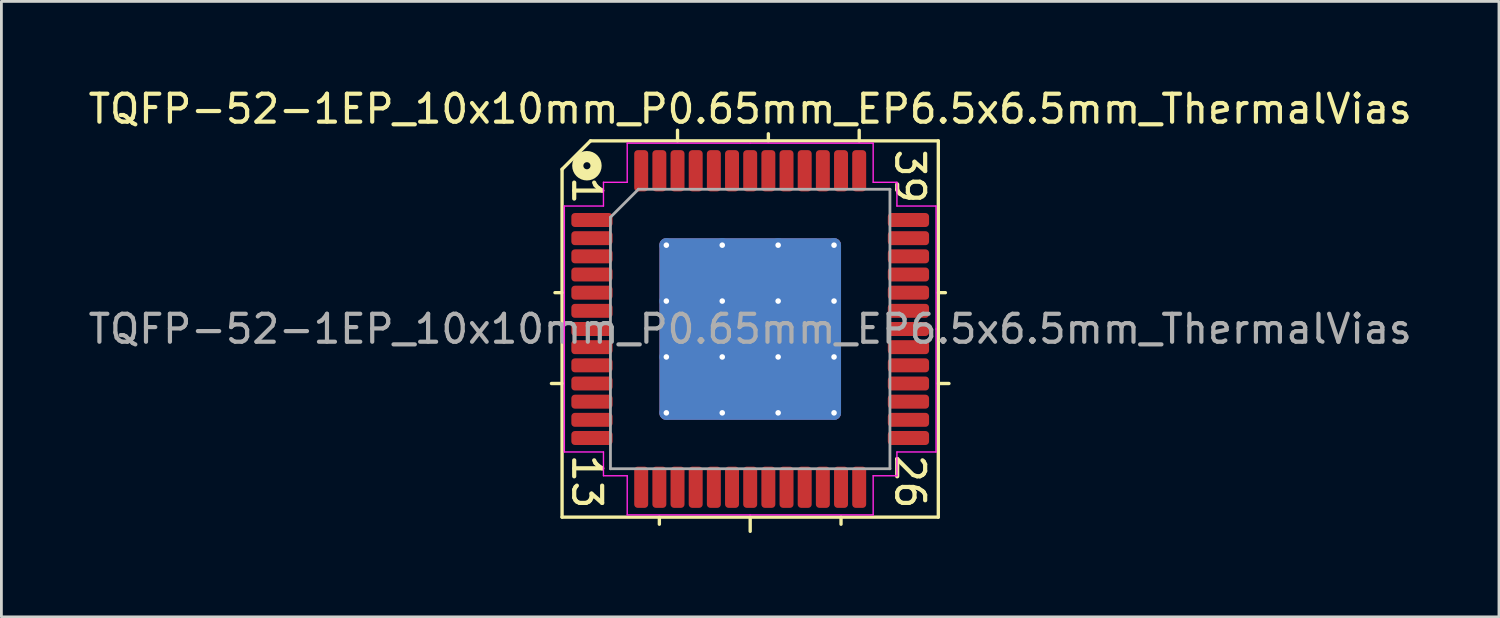
<source format=kicad_pcb>
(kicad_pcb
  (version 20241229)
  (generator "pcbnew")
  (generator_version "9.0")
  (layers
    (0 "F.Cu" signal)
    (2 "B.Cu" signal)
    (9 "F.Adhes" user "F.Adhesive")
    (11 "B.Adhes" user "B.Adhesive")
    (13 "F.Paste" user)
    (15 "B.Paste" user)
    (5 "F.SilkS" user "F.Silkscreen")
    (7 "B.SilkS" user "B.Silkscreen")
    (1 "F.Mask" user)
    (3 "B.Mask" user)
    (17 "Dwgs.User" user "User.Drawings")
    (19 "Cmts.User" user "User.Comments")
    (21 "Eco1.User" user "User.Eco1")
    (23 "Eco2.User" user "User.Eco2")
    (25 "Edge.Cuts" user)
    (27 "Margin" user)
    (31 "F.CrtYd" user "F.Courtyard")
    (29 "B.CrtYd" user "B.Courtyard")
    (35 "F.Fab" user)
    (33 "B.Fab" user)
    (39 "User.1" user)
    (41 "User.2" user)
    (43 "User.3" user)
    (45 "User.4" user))
  (footprint "TQFP-52-1EP_10x10mm_P0.65mm_EP6.5x6.5mm_ThermalVias"
    (layer "F.Cu")
    (at 23.792 8.722)
    (property "Reference" "TQFP-52-1EP_10x10mm_P0.65mm_EP6.5x6.5mm_ThermalVias" (at 0 -7.874 0) (layer "F.SilkS") (effects (font (size 1 1) (thickness 0.15))))
    (attr smd)
    (fp_line (start -6.731 -5.715) (end -6.731 6.731) (stroke (width 0.12) (type solid)) (layer "F.SilkS"))
    (fp_line (start -6.731 -1.3) (end -6.985 -1.3) (stroke (width 0.12) (type solid)) (layer "F.SilkS"))
    (fp_line (start -6.731 1.95) (end -7.112 1.95) (stroke (width 0.12) (type solid)) (layer "F.SilkS"))
    (fp_line (start -6.731 6.731) (end 6.731 6.731) (stroke (width 0.12) (type solid)) (layer "F.SilkS"))
    (fp_line (start -5.715 -6.731) (end -6.731 -5.715) (stroke (width 0.12) (type solid)) (layer "F.SilkS"))
    (fp_line (start -3.25 6.731) (end -3.25 6.985) (stroke (width 0.12) (type solid)) (layer "F.SilkS"))
    (fp_line (start -2.6 -6.731) (end -2.6 -7.112) (stroke (width 0.12) (type solid)) (layer "F.SilkS"))
    (fp_line (start 0 6.731) (end 0 7.239) (stroke (width 0.12) (type solid)) (layer "F.SilkS"))
    (fp_line (start 0.65 -6.731) (end 0.65 -6.985) (stroke (width 0.12) (type solid)) (layer "F.SilkS"))
    (fp_line (start 3.25 6.731) (end 3.25 6.985) (stroke (width 0.12) (type solid)) (layer "F.SilkS"))
    (fp_line (start 3.9 -6.731) (end 3.9 -7.112) (stroke (width 0.12) (type solid)) (layer "F.SilkS"))
    (fp_line (start 6.731 -6.731) (end -5.715 -6.731) (stroke (width 0.12) (type solid)) (layer "F.SilkS"))
    (fp_line (start 6.731 -1.3) (end 6.985 -1.3) (stroke (width 0.12) (type solid)) (layer "F.SilkS"))
    (fp_line (start 6.731 1.95) (end 7.112 1.95) (stroke (width 0.12) (type solid)) (layer "F.SilkS"))
    (fp_line (start 6.731 6.731) (end 6.731 -6.731) (stroke (width 0.12) (type solid)) (layer "F.SilkS"))
    (fp_circle (center -5.842 -5.842) (end -5.715 -5.842) (stroke (width 0.4) (type solid)) (fill no) (layer "F.SilkS"))
    (fp_line (start -6.65 -4.4) (end -6.65 0) (stroke (width 0.05) (type solid)) (layer "F.CrtYd"))
    (fp_line (start -6.65 4.4) (end -6.65 0) (stroke (width 0.05) (type solid)) (layer "F.CrtYd"))
    (fp_line (start -5.25 -5.25) (end -5.25 -4.4) (stroke (width 0.05) (type solid)) (layer "F.CrtYd"))
    (fp_line (start -5.25 -4.4) (end -6.65 -4.4) (stroke (width 0.05) (type solid)) (layer "F.CrtYd"))
    (fp_line (start -5.25 4.4) (end -6.65 4.4) (stroke (width 0.05) (type solid)) (layer "F.CrtYd"))
    (fp_line (start -5.25 5.25) (end -5.25 4.4) (stroke (width 0.05) (type solid)) (layer "F.CrtYd"))
    (fp_line (start -4.4 -6.65) (end -4.4 -5.25) (stroke (width 0.05) (type solid)) (layer "F.CrtYd"))
    (fp_line (start -4.4 -5.25) (end -5.25 -5.25) (stroke (width 0.05) (type solid)) (layer "F.CrtYd"))
    (fp_line (start -4.4 5.25) (end -5.25 5.25) (stroke (width 0.05) (type solid)) (layer "F.CrtYd"))
    (fp_line (start -4.4 6.65) (end -4.4 5.25) (stroke (width 0.05) (type solid)) (layer "F.CrtYd"))
    (fp_line (start 0 -6.65) (end -4.4 -6.65) (stroke (width 0.05) (type solid)) (layer "F.CrtYd"))
    (fp_line (start 0 -6.65) (end 4.4 -6.65) (stroke (width 0.05) (type solid)) (layer "F.CrtYd"))
    (fp_line (start 0 6.65) (end -4.4 6.65) (stroke (width 0.05) (type solid)) (layer "F.CrtYd"))
    (fp_line (start 0 6.65) (end 4.4 6.65) (stroke (width 0.05) (type solid)) (layer "F.CrtYd"))
    (fp_line (start 4.4 -6.65) (end 4.4 -5.25) (stroke (width 0.05) (type solid)) (layer "F.CrtYd"))
    (fp_line (start 4.4 -5.25) (end 5.25 -5.25) (stroke (width 0.05) (type solid)) (layer "F.CrtYd"))
    (fp_line (start 4.4 5.25) (end 5.25 5.25) (stroke (width 0.05) (type solid)) (layer "F.CrtYd"))
    (fp_line (start 4.4 6.65) (end 4.4 5.25) (stroke (width 0.05) (type solid)) (layer "F.CrtYd"))
    (fp_line (start 5.25 -5.25) (end 5.25 -4.4) (stroke (width 0.05) (type solid)) (layer "F.CrtYd"))
    (fp_line (start 5.25 -4.4) (end 6.65 -4.4) (stroke (width 0.05) (type solid)) (layer "F.CrtYd"))
    (fp_line (start 5.25 4.4) (end 6.65 4.4) (stroke (width 0.05) (type solid)) (layer "F.CrtYd"))
    (fp_line (start 5.25 5.25) (end 5.25 4.4) (stroke (width 0.05) (type solid)) (layer "F.CrtYd"))
    (fp_line (start 6.65 -4.4) (end 6.65 0) (stroke (width 0.05) (type solid)) (layer "F.CrtYd"))
    (fp_line (start 6.65 4.4) (end 6.65 0) (stroke (width 0.05) (type solid)) (layer "F.CrtYd"))
    (fp_line (start -5 -4) (end -4 -5) (stroke (width 0.1) (type solid)) (layer "F.Fab"))
    (fp_line (start -5 5) (end -5 -4) (stroke (width 0.1) (type solid)) (layer "F.Fab"))
    (fp_line (start -4 -5) (end 5 -5) (stroke (width 0.1) (type solid)) (layer "F.Fab"))
    (fp_line (start 5 -5) (end 5 5) (stroke (width 0.1) (type solid)) (layer "F.Fab"))
    (fp_line (start 5 5) (end -5 5) (stroke (width 0.1) (type solid)) (layer "F.Fab"))
    (fp_text user "26" (at 5.715 5.461 270) (unlocked yes) (layer "F.SilkS") (effects (font (size 1 1) (thickness 0.15))))
    (fp_text user "13" (at -5.842 5.461 270) (unlocked yes) (layer "F.SilkS") (effects (font (size 1 1) (thickness 0.15))))
    (fp_text user "1" (at -5.842 -4.953 270) (unlocked yes) (layer "F.SilkS") (effects (font (size 1 1) (thickness 0.15))))
    (fp_text user "39" (at 5.715 -5.461 270) (unlocked yes) (layer "F.SilkS") (effects (font (size 1 1) (thickness 0.15))))
    (fp_text user "${REFERENCE}" (at 0 0 0) (layer "F.Fab") (effects (font (size 1 1) (thickness 0.15))))
    (pad "" smd roundrect (at -2 -2) (size 1.747 1.747) (layers "F.Paste") (roundrect_rratio 0.143))
    (pad "" smd roundrect (at -2 0) (size 1.747 1.747) (layers "F.Paste") (roundrect_rratio 0.143))
    (pad "" smd roundrect (at -2 2) (size 1.747 1.747) (layers "F.Paste") (roundrect_rratio 0.143))
    (pad "" smd roundrect (at 0 -2) (size 1.747 1.747) (layers "F.Paste") (roundrect_rratio 0.143))
    (pad "" smd roundrect (at 0 0) (size 1.747 1.747) (layers "F.Paste") (roundrect_rratio 0.143))
    (pad "" smd roundrect (at 0 2) (size 1.747 1.747) (layers "F.Paste") (roundrect_rratio 0.143))
    (pad "" smd roundrect (at 2 -2) (size 1.747 1.747) (layers "F.Paste") (roundrect_rratio 0.143))
    (pad "" smd roundrect (at 2 0) (size 1.747 1.747) (layers "F.Paste") (roundrect_rratio 0.143))
    (pad "" smd roundrect (at 2 2) (size 1.747 1.747) (layers "F.Paste") (roundrect_rratio 0.143))
    (pad "1" smd roundrect (at -5.662 -3.9) (size 1.475 0.5) (layers "F.Cu" "F.Mask" "F.Paste") (roundrect_rratio 0.25))
    (pad "2" smd roundrect (at -5.662 -3.25) (size 1.475 0.5) (layers "F.Cu" "F.Mask" "F.Paste") (roundrect_rratio 0.25))
    (pad "3" smd roundrect (at -5.662 -2.6) (size 1.475 0.5) (layers "F.Cu" "F.Mask" "F.Paste") (roundrect_rratio 0.25))
    (pad "4" smd roundrect (at -5.662 -1.95) (size 1.475 0.5) (layers "F.Cu" "F.Mask" "F.Paste") (roundrect_rratio 0.25))
    (pad "5" smd roundrect (at -5.662 -1.3) (size 1.475 0.5) (layers "F.Cu" "F.Mask" "F.Paste") (roundrect_rratio 0.25))
    (pad "6" smd roundrect (at -5.662 -0.65) (size 1.475 0.5) (layers "F.Cu" "F.Mask" "F.Paste") (roundrect_rratio 0.25))
    (pad "7" smd roundrect (at -5.662 0) (size 1.475 0.5) (layers "F.Cu" "F.Mask" "F.Paste") (roundrect_rratio 0.25))
    (pad "8" smd roundrect (at -5.662 0.65) (size 1.475 0.5) (layers "F.Cu" "F.Mask" "F.Paste") (roundrect_rratio 0.25))
    (pad "9" smd roundrect (at -5.662 1.3) (size 1.475 0.5) (layers "F.Cu" "F.Mask" "F.Paste") (roundrect_rratio 0.25))
    (pad "10" smd roundrect (at -5.662 1.95) (size 1.475 0.5) (layers "F.Cu" "F.Mask" "F.Paste") (roundrect_rratio 0.25))
    (pad "11" smd roundrect (at -5.662 2.6) (size 1.475 0.5) (layers "F.Cu" "F.Mask" "F.Paste") (roundrect_rratio 0.25))
    (pad "12" smd roundrect (at -5.662 3.25) (size 1.475 0.5) (layers "F.Cu" "F.Mask" "F.Paste") (roundrect_rratio 0.25))
    (pad "13" smd roundrect (at -5.662 3.9) (size 1.475 0.5) (layers "F.Cu" "F.Mask" "F.Paste") (roundrect_rratio 0.25))
    (pad "14" smd roundrect (at -3.9 5.662) (size 0.5 1.475) (layers "F.Cu" "F.Mask" "F.Paste") (roundrect_rratio 0.25))
    (pad "15" smd roundrect (at -3.25 5.662) (size 0.5 1.475) (layers "F.Cu" "F.Mask" "F.Paste") (roundrect_rratio 0.25))
    (pad "16" smd roundrect (at -2.6 5.662) (size 0.5 1.475) (layers "F.Cu" "F.Mask" "F.Paste") (roundrect_rratio 0.25))
    (pad "17" smd roundrect (at -1.95 5.662) (size 0.5 1.475) (layers "F.Cu" "F.Mask" "F.Paste") (roundrect_rratio 0.25))
    (pad "18" smd roundrect (at -1.3 5.662) (size 0.5 1.475) (layers "F.Cu" "F.Mask" "F.Paste") (roundrect_rratio 0.25))
    (pad "19" smd roundrect (at -0.65 5.662) (size 0.5 1.475) (layers "F.Cu" "F.Mask" "F.Paste") (roundrect_rratio 0.25))
    (pad "20" smd roundrect (at 0 5.662) (size 0.5 1.475) (layers "F.Cu" "F.Mask" "F.Paste") (roundrect_rratio 0.25))
    (pad "21" smd roundrect (at 0.65 5.662) (size 0.5 1.475) (layers "F.Cu" "F.Mask" "F.Paste") (roundrect_rratio 0.25))
    (pad "22" smd roundrect (at 1.3 5.662) (size 0.5 1.475) (layers "F.Cu" "F.Mask" "F.Paste") (roundrect_rratio 0.25))
    (pad "23" smd roundrect (at 1.95 5.662) (size 0.5 1.475) (layers "F.Cu" "F.Mask" "F.Paste") (roundrect_rratio 0.25))
    (pad "24" smd roundrect (at 2.6 5.662) (size 0.5 1.475) (layers "F.Cu" "F.Mask" "F.Paste") (roundrect_rratio 0.25))
    (pad "25" smd roundrect (at 3.25 5.662) (size 0.5 1.475) (layers "F.Cu" "F.Mask" "F.Paste") (roundrect_rratio 0.25))
    (pad "26" smd roundrect (at 3.9 5.662) (size 0.5 1.475) (layers "F.Cu" "F.Mask" "F.Paste") (roundrect_rratio 0.25))
    (pad "27" smd roundrect (at 5.662 3.9) (size 1.475 0.5) (layers "F.Cu" "F.Mask" "F.Paste") (roundrect_rratio 0.25))
    (pad "28" smd roundrect (at 5.662 3.25) (size 1.475 0.5) (layers "F.Cu" "F.Mask" "F.Paste") (roundrect_rratio 0.25))
    (pad "29" smd roundrect (at 5.662 2.6) (size 1.475 0.5) (layers "F.Cu" "F.Mask" "F.Paste") (roundrect_rratio 0.25))
    (pad "30" smd roundrect (at 5.662 1.95) (size 1.475 0.5) (layers "F.Cu" "F.Mask" "F.Paste") (roundrect_rratio 0.25))
    (pad "31" smd roundrect (at 5.662 1.3) (size 1.475 0.5) (layers "F.Cu" "F.Mask" "F.Paste") (roundrect_rratio 0.25))
    (pad "32" smd roundrect (at 5.662 0.65) (size 1.475 0.5) (layers "F.Cu" "F.Mask" "F.Paste") (roundrect_rratio 0.25))
    (pad "33" smd roundrect (at 5.662 0) (size 1.475 0.5) (layers "F.Cu" "F.Mask" "F.Paste") (roundrect_rratio 0.25))
    (pad "34" smd roundrect (at 5.662 -0.65) (size 1.475 0.5) (layers "F.Cu" "F.Mask" "F.Paste") (roundrect_rratio 0.25))
    (pad "35" smd roundrect (at 5.662 -1.3) (size 1.475 0.5) (layers "F.Cu" "F.Mask" "F.Paste") (roundrect_rratio 0.25))
    (pad "36" smd roundrect (at 5.662 -1.95) (size 1.475 0.5) (layers "F.Cu" "F.Mask" "F.Paste") (roundrect_rratio 0.25))
    (pad "37" smd roundrect (at 5.662 -2.6) (size 1.475 0.5) (layers "F.Cu" "F.Mask" "F.Paste") (roundrect_rratio 0.25))
    (pad "38" smd roundrect (at 5.662 -3.25) (size 1.475 0.5) (layers "F.Cu" "F.Mask" "F.Paste") (roundrect_rratio 0.25))
    (pad "39" smd roundrect (at 5.662 -3.9) (size 1.475 0.5) (layers "F.Cu" "F.Mask" "F.Paste") (roundrect_rratio 0.25))
    (pad "40" smd roundrect (at 3.9 -5.662) (size 0.5 1.475) (layers "F.Cu" "F.Mask" "F.Paste") (roundrect_rratio 0.25))
    (pad "41" smd roundrect (at 3.25 -5.662) (size 0.5 1.475) (layers "F.Cu" "F.Mask" "F.Paste") (roundrect_rratio 0.25))
    (pad "42" smd roundrect (at 2.6 -5.662) (size 0.5 1.475) (layers "F.Cu" "F.Mask" "F.Paste") (roundrect_rratio 0.25))
    (pad "43" smd roundrect (at 1.95 -5.662) (size 0.5 1.475) (layers "F.Cu" "F.Mask" "F.Paste") (roundrect_rratio 0.25))
    (pad "44" smd roundrect (at 1.3 -5.662) (size 0.5 1.475) (layers "F.Cu" "F.Mask" "F.Paste") (roundrect_rratio 0.25))
    (pad "45" smd roundrect (at 0.65 -5.662) (size 0.5 1.475) (layers "F.Cu" "F.Mask" "F.Paste") (roundrect_rratio 0.25))
    (pad "46" smd roundrect (at 0 -5.662) (size 0.5 1.475) (layers "F.Cu" "F.Mask" "F.Paste") (roundrect_rratio 0.25))
    (pad "47" smd roundrect (at -0.65 -5.662) (size 0.5 1.475) (layers "F.Cu" "F.Mask" "F.Paste") (roundrect_rratio 0.25))
    (pad "48" smd roundrect (at -1.3 -5.662) (size 0.5 1.475) (layers "F.Cu" "F.Mask" "F.Paste") (roundrect_rratio 0.25))
    (pad "49" smd roundrect (at -1.95 -5.662) (size 0.5 1.475) (layers "F.Cu" "F.Mask" "F.Paste") (roundrect_rratio 0.25))
    (pad "50" smd roundrect (at -2.6 -5.662) (size 0.5 1.475) (layers "F.Cu" "F.Mask" "F.Paste") (roundrect_rratio 0.25))
    (pad "51" smd roundrect (at -3.25 -5.662) (size 0.5 1.475) (layers "F.Cu" "F.Mask" "F.Paste") (roundrect_rratio 0.25))
    (pad "52" smd roundrect (at -3.9 -5.662) (size 0.5 1.475) (layers "F.Cu" "F.Mask" "F.Paste") (roundrect_rratio 0.25))
    (pad "53" thru_hole circle (at -3 -3) (size 0.5 0.5) (drill 0.2) (layers "*.Cu"))
    (pad "53" thru_hole circle (at -3 -1) (size 0.5 0.5) (drill 0.2) (layers "*.Cu"))
    (pad "53" thru_hole circle (at -3 1) (size 0.5 0.5) (drill 0.2) (layers "*.Cu"))
    (pad "53" thru_hole circle (at -3 3) (size 0.5 0.5) (drill 0.2) (layers "*.Cu"))
    (pad "53" thru_hole circle (at -1 -3) (size 0.5 0.5) (drill 0.2) (layers "*.Cu"))
    (pad "53" thru_hole circle (at -1 -1) (size 0.5 0.5) (drill 0.2) (layers "*.Cu"))
    (pad "53" thru_hole circle (at -1 1) (size 0.5 0.5) (drill 0.2) (layers "*.Cu"))
    (pad "53" thru_hole circle (at -1 3) (size 0.5 0.5) (drill 0.2) (layers "*.Cu"))
    (pad "53" smd roundrect (at 0 0) (size 6.5 6.5) (layers "F.Cu" "F.Mask") (roundrect_rratio 0.038))
    (pad "53" smd roundrect (at 0 0) (size 6.5 6.5) (layers "B.Cu" "B.Mask") (roundrect_rratio 0.038))
    (pad "53" thru_hole circle (at 1 -3) (size 0.5 0.5) (drill 0.2) (layers "*.Cu"))
    (pad "53" thru_hole circle (at 1 -1) (size 0.5 0.5) (drill 0.2) (layers "*.Cu"))
    (pad "53" thru_hole circle (at 1 1) (size 0.5 0.5) (drill 0.2) (layers "*.Cu"))
    (pad "53" thru_hole circle (at 1 3) (size 0.5 0.5) (drill 0.2) (layers "*.Cu"))
    (pad "53" thru_hole circle (at 3 -3) (size 0.5 0.5) (drill 0.2) (layers "*.Cu"))
    (pad "53" thru_hole circle (at 3 -1) (size 0.5 0.5) (drill 0.2) (layers "*.Cu"))
    (pad "53" thru_hole circle (at 3 1) (size 0.5 0.5) (drill 0.2) (layers "*.Cu"))
    (pad "53" thru_hole circle (at 3 3) (size 0.5 0.5) (drill 0.2) (layers "*.Cu")))
  (gr_rect
    (start -3 -3)
    (end 50.583 19.021)
    (stroke (width 0.1) (type default))
    (fill no)
    (layer "Edge.Cuts")))
</source>
